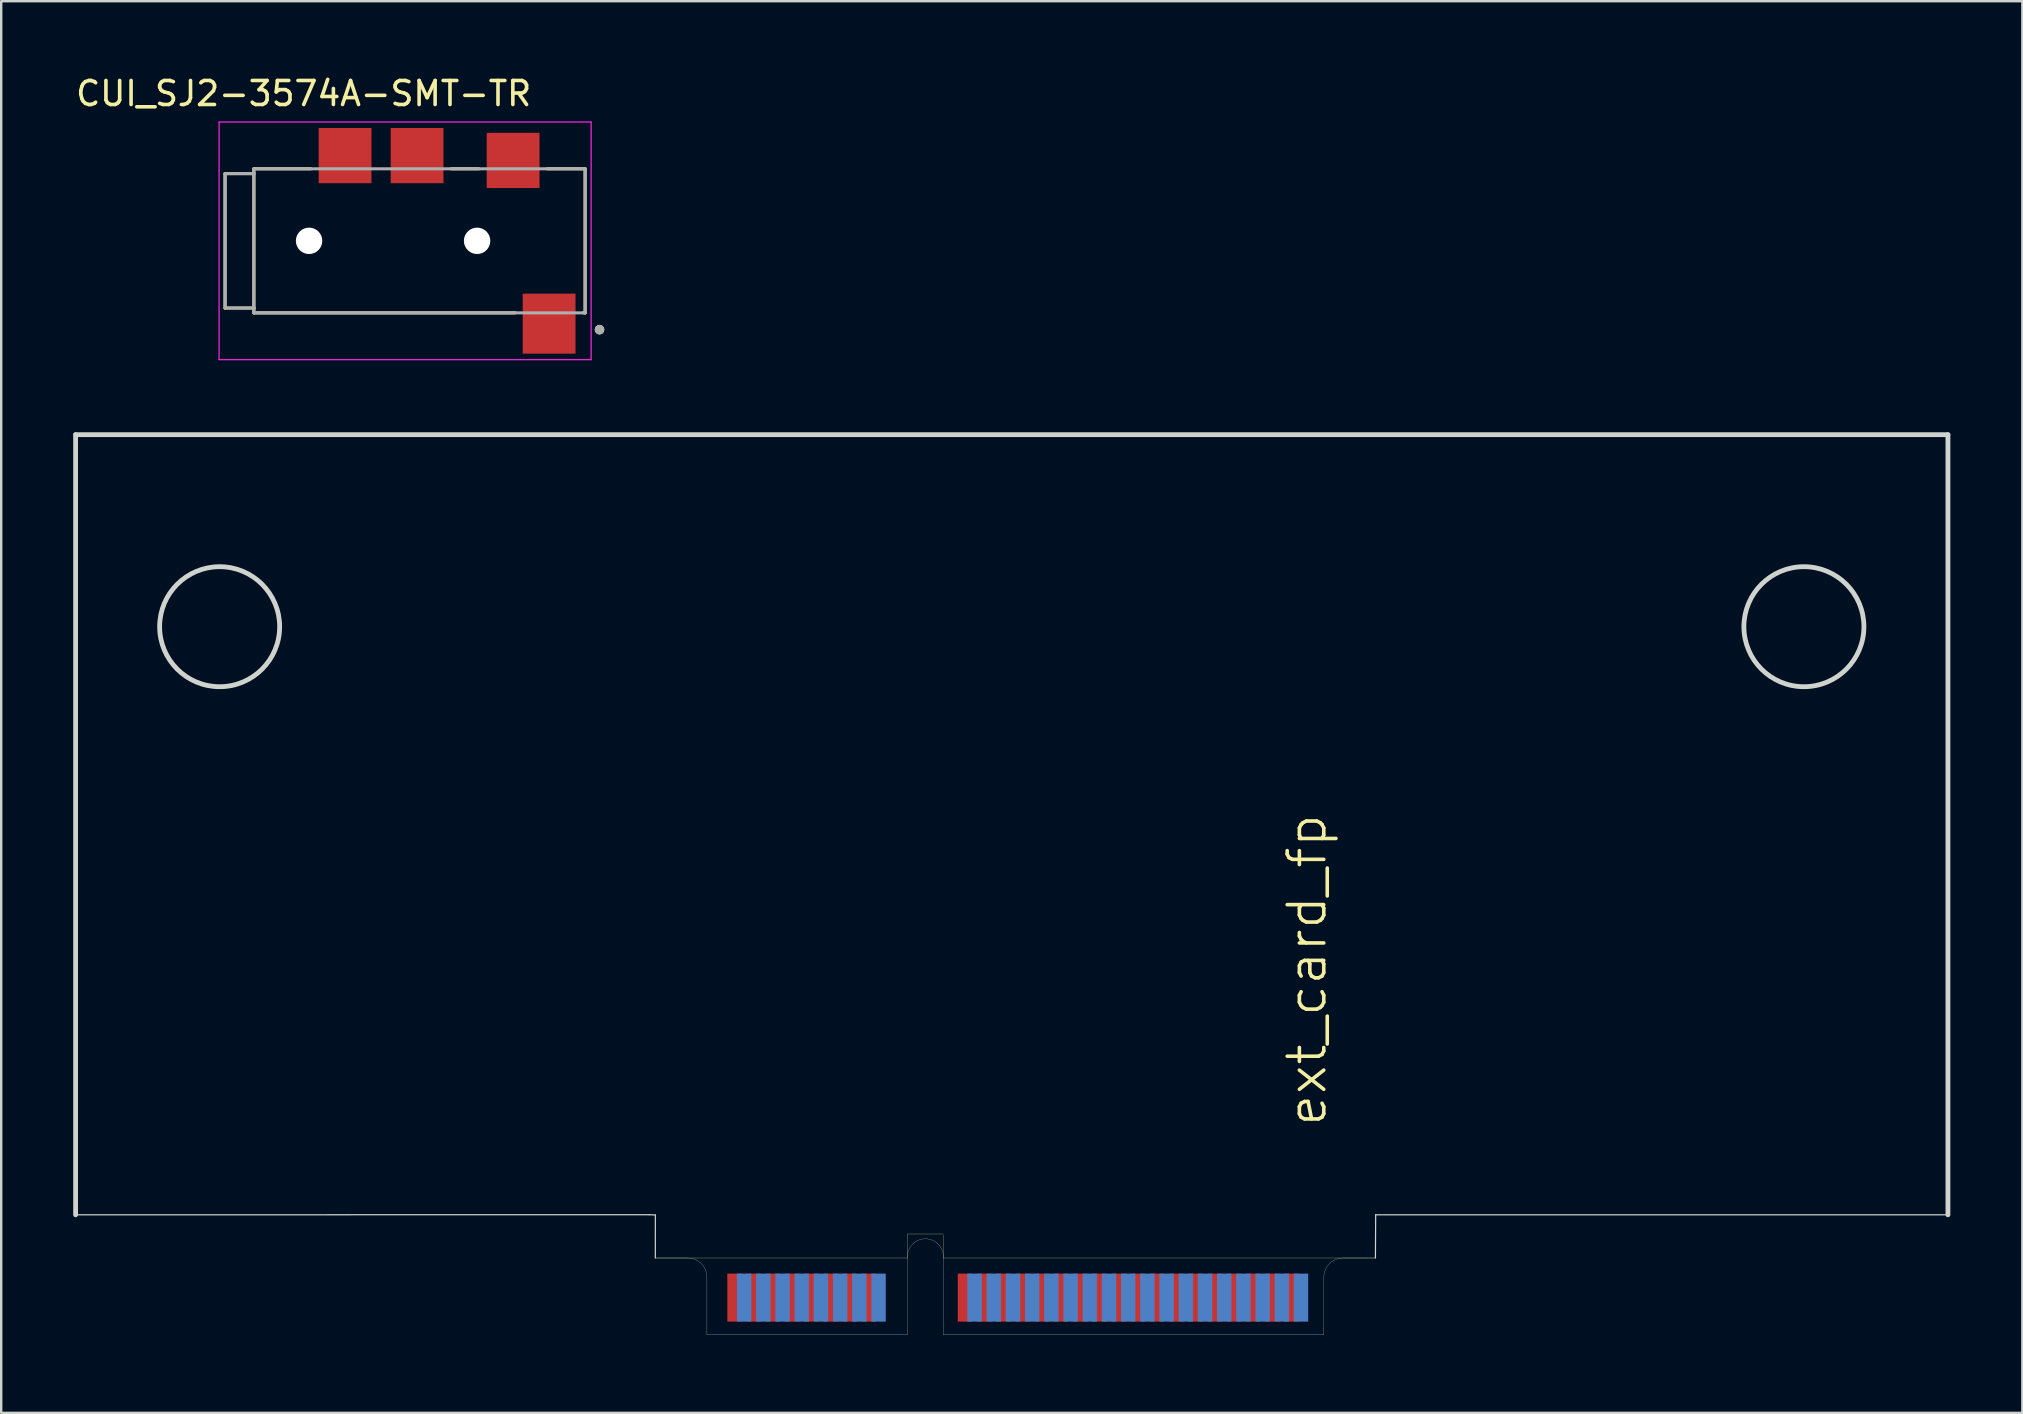
<source format=kicad_pcb>
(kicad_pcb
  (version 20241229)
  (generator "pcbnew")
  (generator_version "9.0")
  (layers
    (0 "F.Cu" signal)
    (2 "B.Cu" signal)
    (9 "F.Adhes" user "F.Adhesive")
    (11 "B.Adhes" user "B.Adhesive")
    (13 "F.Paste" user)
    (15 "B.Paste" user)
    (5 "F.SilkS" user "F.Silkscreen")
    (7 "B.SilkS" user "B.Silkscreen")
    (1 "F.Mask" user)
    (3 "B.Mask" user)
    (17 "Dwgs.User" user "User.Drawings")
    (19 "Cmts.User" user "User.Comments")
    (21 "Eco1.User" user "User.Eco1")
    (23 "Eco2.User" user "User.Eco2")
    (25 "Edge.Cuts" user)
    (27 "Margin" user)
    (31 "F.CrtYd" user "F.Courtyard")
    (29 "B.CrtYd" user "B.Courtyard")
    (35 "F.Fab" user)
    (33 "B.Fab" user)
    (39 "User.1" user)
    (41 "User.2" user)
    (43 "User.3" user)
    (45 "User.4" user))
  (footprint "CUI_SJ2-3574A-SMT-TR"
    (layer "F.Cu")
    (at 13.826 6.983)
    (property "Reference" "CUI_SJ2-3574A-SMT-TR" (at -4.225 -6.135 0) (layer "F.SilkS") (effects (font (size 1 1) (thickness 0.15))))
    (attr smd)
    (fp_line (start -7.5 -2.8) (end -7.5 2.8) (stroke (width 0.127) (type solid)) (layer "F.SilkS"))
    (fp_line (start -7.5 2.8) (end -6.3 2.8) (stroke (width 0.127) (type solid)) (layer "F.SilkS"))
    (fp_line (start -6.3 -3) (end -3.92 -3) (stroke (width 0.127) (type solid)) (layer "F.SilkS"))
    (fp_line (start -6.3 -2.8) (end -7.5 -2.8) (stroke (width 0.127) (type solid)) (layer "F.SilkS"))
    (fp_line (start -6.3 2.8) (end -6.3 -3) (stroke (width 0.127) (type solid)) (layer "F.SilkS"))
    (fp_line (start -6.3 3) (end -6.3 2.8) (stroke (width 0.127) (type solid)) (layer "F.SilkS"))
    (fp_line (start 1.92 -3) (end 3.08 -3) (stroke (width 0.127) (type solid)) (layer "F.SilkS"))
    (fp_line (start 4.58 3) (end -6.3 3) (stroke (width 0.127) (type solid)) (layer "F.SilkS"))
    (fp_line (start 5.92 -3) (end 7.5 -3) (stroke (width 0.127) (type solid)) (layer "F.SilkS"))
    (fp_line (start 7.5 -3) (end 7.5 3) (stroke (width 0.127) (type solid)) (layer "F.SilkS"))
    (fp_line (start 7.5 3) (end 7.42 3) (stroke (width 0.127) (type solid)) (layer "F.SilkS"))
    (fp_circle (center 8.1 3.7) (end 8.2 3.7) (stroke (width 0.2) (type solid)) (fill no) (layer "F.SilkS"))
    (fp_line (start -7.75 -4.95) (end 7.75 -4.95) (stroke (width 0.05) (type solid)) (layer "F.CrtYd"))
    (fp_line (start -7.75 4.95) (end -7.75 -4.95) (stroke (width 0.05) (type solid)) (layer "F.CrtYd"))
    (fp_line (start 7.75 -4.95) (end 7.75 4.95) (stroke (width 0.05) (type solid)) (layer "F.CrtYd"))
    (fp_line (start 7.75 4.95) (end -7.75 4.95) (stroke (width 0.05) (type solid)) (layer "F.CrtYd"))
    (fp_line (start -7.5 -2.8) (end -7.5 2.8) (stroke (width 0.127) (type solid)) (layer "F.Fab"))
    (fp_line (start -7.5 2.8) (end -6.3 2.8) (stroke (width 0.127) (type solid)) (layer "F.Fab"))
    (fp_line (start -6.3 -3) (end 7.5 -3) (stroke (width 0.127) (type solid)) (layer "F.Fab"))
    (fp_line (start -6.3 -2.8) (end -7.5 -2.8) (stroke (width 0.127) (type solid)) (layer "F.Fab"))
    (fp_line (start -6.3 -2.8) (end -6.3 -3) (stroke (width 0.127) (type solid)) (layer "F.Fab"))
    (fp_line (start -6.3 2.8) (end -6.3 -2.8) (stroke (width 0.127) (type solid)) (layer "F.Fab"))
    (fp_line (start -6.3 3) (end -6.3 2.8) (stroke (width 0.127) (type solid)) (layer "F.Fab"))
    (fp_line (start 7.5 -3) (end 7.5 3) (stroke (width 0.127) (type solid)) (layer "F.Fab"))
    (fp_line (start 7.5 3) (end -6.3 3) (stroke (width 0.127) (type solid)) (layer "F.Fab"))
    (fp_circle (center 8.1 3.7) (end 8.2 3.7) (stroke (width 0.2) (type solid)) (fill no) (layer "F.Fab"))
    (pad "" np_thru_hole circle (at -4 0) (size 1.1 1.1) (drill 1.1) (layers "*.Cu" "*.Mask"))
    (pad "" np_thru_hole circle (at 3 0) (size 1.1 1.1) (drill 1.1) (layers "*.Cu" "*.Mask"))
    (pad "1" smd rect (at 6 3.45) (size 2.2 2.5) (layers "F.Cu" "F.Mask" "F.Paste"))
    (pad "2" smd rect (at 4.5 -3.35) (size 2.2 2.3) (layers "F.Cu" "F.Mask" "F.Paste"))
    (pad "3" smd rect (at 0.5 -3.55) (size 2.2 2.3) (layers "F.Cu" "F.Mask" "F.Paste"))
    (pad "4" smd rect (at -2.5 -3.55) (size 2.2 2.3) (layers "F.Cu" "F.Mask" "F.Paste")))
  (footprint "ext_card_fp"
    (layer "F.Cu")
    (at 39.25 52.558)
    (property "Reference" "ext_card_fp" (at 12.15 -15.2 90) (layer "F.SilkS") (effects (font (size 1.524 1.524) (thickness 0.15))))
    (attr through_hole)
    (fp_line (start -15 -3.2) (end -4.5 -3.2) (stroke (width 0.01) (type solid)) (layer "F.SilkS"))
    (fp_line (start -4.5 -4.2) (end -3 -4.2) (stroke (width 0.01) (type solid)) (layer "F.SilkS"))
    (fp_line (start -4.5 -3.2) (end -4.5 -4.2) (stroke (width 0.01) (type solid)) (layer "F.SilkS"))
    (fp_line (start -3 -4.15) (end -3 -3.2) (stroke (width 0.01) (type solid)) (layer "F.SilkS"))
    (fp_line (start -3 -3.2) (end 15 -3.2) (stroke (width 0.01) (type solid)) (layer "F.SilkS"))
    (fp_line (start -3.75 -4.5) (end -3.75 -0.15) (stroke (width 0.01) (type solid)) (layer "Eco1.User"))
    (fp_line (start 0 0) (end 0 -26.8) (stroke (width 0.01) (type solid)) (layer "Eco1.User"))
    (fp_line (start -39.15 -37.5) (end 38.85 -37.5) (stroke (width 0.2) (type solid)) (layer "Edge.Cuts"))
    (fp_line (start -39.15 -5) (end -39.15 -37.5) (stroke (width 0.2) (type solid)) (layer "Edge.Cuts"))
    (fp_line (start -39.15 -5) (end -15.258 -5.003) (stroke (width 0.05) (type default)) (layer "Edge.Cuts"))
    (fp_line (start -14.998 -4.993) (end -15.258 -5.003) (stroke (width 0.05) (type default)) (layer "Edge.Cuts"))
    (fp_line (start -14.998 -4.993) (end -15 -3.2) (stroke (width 0.05) (type default)) (layer "Edge.Cuts"))
    (fp_line (start -13.65 -3.2) (end -15 -3.2) (stroke (width 0.01) (type solid)) (layer "Edge.Cuts"))
    (fp_line (start -12.85 0) (end -12.85 -2.4) (stroke (width 0.01) (type solid)) (layer "Edge.Cuts"))
    (fp_line (start -4.5 0) (end -12.85 0) (stroke (width 0.01) (type solid)) (layer "Edge.Cuts"))
    (fp_line (start -4.5 0) (end -4.5 -3.25) (stroke (width 0.01) (type solid)) (layer "Edge.Cuts"))
    (fp_line (start -3 0) (end -3 -3.25) (stroke (width 0.01) (type solid)) (layer "Edge.Cuts"))
    (fp_line (start -3 0) (end 12.85 0) (stroke (width 0.01) (type solid)) (layer "Edge.Cuts"))
    (fp_line (start 12.85 0) (end 12.85 -2.4) (stroke (width 0.01) (type solid)) (layer "Edge.Cuts"))
    (fp_line (start 15 -3.2) (end 13.65 -3.2) (stroke (width 0.01) (type solid)) (layer "Edge.Cuts"))
    (fp_line (start 15 -3.2) (end 15.01 -5) (stroke (width 0.05) (type default)) (layer "Edge.Cuts"))
    (fp_line (start 15.01 -5) (end 38.85 -5) (stroke (width 0.05) (type default)) (layer "Edge.Cuts"))
    (fp_line (start 38.85 -37.5) (end 38.85 -5) (stroke (width 0.2) (type solid)) (layer "Edge.Cuts"))
    (fp_arc (start -13.65 -3.2) (mid -13.084315 -2.965685) (end -12.85 -2.4) (stroke (width 0.01) (type solid)) (layer "Edge.Cuts"))
    (fp_arc (start -4.5 -3.25) (mid -3.75 -4) (end -3 -3.25) (stroke (width 0.01) (type solid)) (layer "Edge.Cuts"))
    (fp_arc (start 12.85 -2.4) (mid 13.084315 -2.965685) (end 13.65 -3.2) (stroke (width 0.01) (type solid)) (layer "Edge.Cuts"))
    (fp_circle (center -33.15 -29.5) (end -33.15 -32) (stroke (width 0.2) (type solid)) (fill no) (layer "Edge.Cuts"))
    (fp_circle (center 32.85 -29.5) (end 32.85 -32) (stroke (width 0.2) (type solid)) (fill no) (layer "Edge.Cuts"))
    (pad "1" smd rect (at -11.7 -1.55) (size 0.6 2) (layers "F.Cu" "F.Mask" "F.Paste"))
    (pad "2" smd rect (at -11.3 -1.55) (size 0.6 2) (layers "B.Cu" "B.Mask" "B.Paste"))
    (pad "3" smd rect (at -10.9 -1.55) (size 0.6 2) (layers "F.Cu" "F.Mask" "F.Paste"))
    (pad "4" smd rect (at -10.5 -1.55) (size 0.6 2) (layers "B.Cu" "B.Mask" "B.Paste"))
    (pad "5" smd rect (at -10.1 -1.55) (size 0.6 2) (layers "F.Cu" "F.Mask" "F.Paste"))
    (pad "6" smd rect (at -9.7 -1.55) (size 0.6 2) (layers "B.Cu" "B.Mask" "B.Paste"))
    (pad "7" smd rect (at -9.3 -1.55) (size 0.6 2) (layers "F.Cu" "F.Mask" "F.Paste"))
    (pad "8" smd rect (at -8.9 -1.55) (size 0.6 2) (layers "B.Cu" "B.Mask" "B.Paste"))
    (pad "9" smd rect (at -8.5 -1.55) (size 0.6 2) (layers "F.Cu" "F.Mask" "F.Paste"))
    (pad "10" smd rect (at -8.1 -1.55) (size 0.6 2) (layers "B.Cu" "B.Mask" "B.Paste"))
    (pad "11" smd rect (at -7.7 -1.55) (size 0.6 2) (layers "F.Cu" "F.Mask" "F.Paste"))
    (pad "12" smd rect (at -7.3 -1.55) (size 0.6 2) (layers "B.Cu" "B.Mask" "B.Paste"))
    (pad "13" smd rect (at -6.9 -1.55) (size 0.6 2) (layers "F.Cu" "F.Mask" "F.Paste"))
    (pad "14" smd rect (at -6.5 -1.55) (size 0.6 2) (layers "B.Cu" "B.Mask" "B.Paste"))
    (pad "15" smd rect (at -6.1 -1.55) (size 0.6 2) (layers "F.Cu" "F.Mask" "F.Paste"))
    (pad "16" smd rect (at -5.7 -1.55) (size 0.6 2) (layers "B.Cu" "B.Mask" "B.Paste"))
    (pad "17" smd rect (at -2.1 -1.55) (size 0.6 2) (layers "F.Cu" "F.Mask" "F.Paste"))
    (pad "18" smd rect (at -1.7 -1.55) (size 0.6 2) (layers "B.Cu" "B.Mask" "B.Paste"))
    (pad "19" smd rect (at -1.3 -1.55) (size 0.6 2) (layers "F.Cu" "F.Mask" "F.Paste"))
    (pad "20" smd rect (at -0.9 -1.55) (size 0.6 2) (layers "B.Cu" "B.Mask" "B.Paste"))
    (pad "21" smd rect (at -0.5 -1.55) (size 0.6 2) (layers "F.Cu" "F.Mask" "F.Paste"))
    (pad "22" smd rect (at -0.1 -1.55) (size 0.6 2) (layers "B.Cu" "B.Mask" "B.Paste"))
    (pad "23" smd rect (at 0.3 -1.55) (size 0.6 2) (layers "F.Cu" "F.Mask" "F.Paste"))
    (pad "24" smd rect (at 0.7 -1.55) (size 0.6 2) (layers "B.Cu" "B.Mask" "B.Paste"))
    (pad "25" smd rect (at 1.1 -1.55) (size 0.6 2) (layers "F.Cu" "F.Mask" "F.Paste"))
    (pad "26" smd rect (at 1.5 -1.55) (size 0.6 2) (layers "B.Cu" "B.Mask" "B.Paste"))
    (pad "27" smd rect (at 1.9 -1.55) (size 0.6 2) (layers "F.Cu" "F.Mask" "F.Paste"))
    (pad "28" smd rect (at 2.3 -1.55) (size 0.6 2) (layers "B.Cu" "B.Mask" "B.Paste"))
    (pad "29" smd rect (at 2.7 -1.55) (size 0.6 2) (layers "F.Cu" "F.Mask" "F.Paste"))
    (pad "30" smd rect (at 3.1 -1.55) (size 0.6 2) (layers "B.Cu" "B.Mask" "B.Paste"))
    (pad "31" smd rect (at 3.5 -1.55) (size 0.6 2) (layers "F.Cu" "F.Mask" "F.Paste"))
    (pad "32" smd rect (at 3.9 -1.55) (size 0.6 2) (layers "B.Cu" "B.Mask" "B.Paste"))
    (pad "33" smd rect (at 4.3 -1.55) (size 0.6 2) (layers "F.Cu" "F.Mask" "F.Paste"))
    (pad "34" smd rect (at 4.7 -1.55) (size 0.6 2) (layers "B.Cu" "B.Mask" "B.Paste"))
    (pad "35" smd rect (at 5.1 -1.55) (size 0.6 2) (layers "F.Cu" "F.Mask" "F.Paste"))
    (pad "36" smd rect (at 5.5 -1.55) (size 0.6 2) (layers "B.Cu" "B.Mask" "B.Paste"))
    (pad "37" smd rect (at 5.9 -1.55) (size 0.6 2) (layers "F.Cu" "F.Mask" "F.Paste"))
    (pad "38" smd rect (at 6.3 -1.55) (size 0.6 2) (layers "B.Cu" "B.Mask" "B.Paste"))
    (pad "39" smd rect (at 6.7 -1.55) (size 0.6 2) (layers "F.Cu" "F.Mask" "F.Paste"))
    (pad "40" smd rect (at 7.1 -1.55) (size 0.6 2) (layers "B.Cu" "B.Mask" "B.Paste"))
    (pad "41" smd rect (at 7.5 -1.55) (size 0.6 2) (layers "F.Cu" "F.Mask" "F.Paste"))
    (pad "42" smd rect (at 7.9 -1.55) (size 0.6 2) (layers "B.Cu" "B.Mask" "B.Paste"))
    (pad "43" smd rect (at 8.3 -1.55) (size 0.6 2) (layers "F.Cu" "F.Mask" "F.Paste"))
    (pad "44" smd rect (at 8.7 -1.55) (size 0.6 2) (layers "B.Cu" "B.Mask" "B.Paste"))
    (pad "45" smd rect (at 9.1 -1.55) (size 0.6 2) (layers "F.Cu" "F.Mask" "F.Paste"))
    (pad "46" smd rect (at 9.5 -1.55) (size 0.6 2) (layers "B.Cu" "B.Mask" "B.Paste"))
    (pad "47" smd rect (at 9.9 -1.55) (size 0.6 2) (layers "F.Cu" "F.Mask" "F.Paste"))
    (pad "48" smd rect (at 10.3 -1.55) (size 0.6 2) (layers "B.Cu" "B.Mask" "B.Paste"))
    (pad "49" smd rect (at 10.7 -1.55) (size 0.6 2) (layers "F.Cu" "F.Mask" "F.Paste"))
    (pad "50" smd rect (at 11.1 -1.55) (size 0.6 2) (layers "B.Cu" "B.Mask" "B.Paste"))
    (pad "51" smd rect (at 11.5 -1.55) (size 0.6 2) (layers "F.Cu" "F.Mask" "F.Paste"))
    (pad "52" smd rect (at 11.9 -1.55) (size 0.6 2) (layers "B.Cu" "B.Mask" "B.Paste")))
  (gr_rect
    (start -3 -3)
    (end 81.2 55.808)
    (stroke (width 0.1) (type default))
    (fill no)
    (layer "Edge.Cuts")))
</source>
